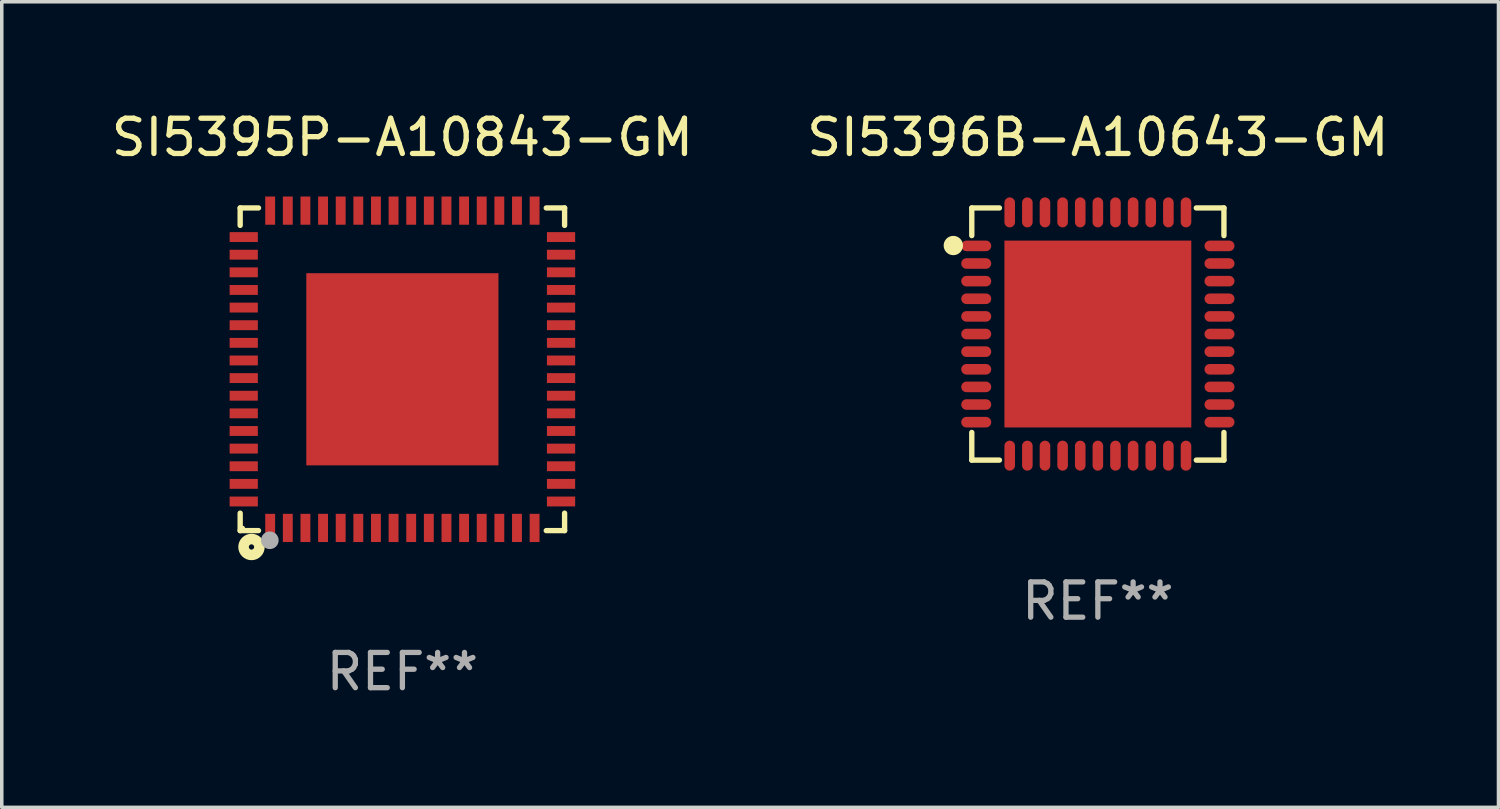
<source format=kicad_pcb>
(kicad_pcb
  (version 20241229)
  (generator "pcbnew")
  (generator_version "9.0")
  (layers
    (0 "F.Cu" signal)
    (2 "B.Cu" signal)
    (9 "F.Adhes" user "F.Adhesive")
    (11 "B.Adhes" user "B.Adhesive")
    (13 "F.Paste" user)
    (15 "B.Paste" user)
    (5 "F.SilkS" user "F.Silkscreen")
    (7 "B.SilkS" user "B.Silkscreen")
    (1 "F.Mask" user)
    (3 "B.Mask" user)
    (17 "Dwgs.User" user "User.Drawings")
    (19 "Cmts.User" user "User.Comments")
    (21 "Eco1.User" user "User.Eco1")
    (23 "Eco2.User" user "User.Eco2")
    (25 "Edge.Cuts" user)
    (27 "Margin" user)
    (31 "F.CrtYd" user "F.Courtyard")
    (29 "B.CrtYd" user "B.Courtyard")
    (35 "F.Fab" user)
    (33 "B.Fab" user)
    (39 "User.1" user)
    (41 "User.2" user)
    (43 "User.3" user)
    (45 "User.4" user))
  (footprint "SI5395P-A10843-GM"
    (layer "F.Cu")
    (at 8.363 7.424)
    (property "Reference" "SI5395P-A10843-GM" (at 0 -6.576 0) (layer "F.SilkS") (effects (font (size 1 1) (thickness 0.15))))
    (attr through_hole)
    (fp_line (start -4.601 -4.576) (end -4.081 -4.576) (stroke (width 0.152) (type solid)) (layer "F.SilkS"))
    (fp_line (start -4.601 -4.081) (end -4.601 -4.576) (stroke (width 0.152) (type solid)) (layer "F.SilkS"))
    (fp_line (start -4.601 4.081) (end -4.601 4.576) (stroke (width 0.152) (type solid)) (layer "F.SilkS"))
    (fp_line (start -4.601 4.576) (end -4.081 4.576) (stroke (width 0.152) (type solid)) (layer "F.SilkS"))
    (fp_line (start 4.601 -4.576) (end 4.081 -4.576) (stroke (width 0.152) (type solid)) (layer "F.SilkS"))
    (fp_line (start 4.601 -4.081) (end 4.601 -4.576) (stroke (width 0.152) (type solid)) (layer "F.SilkS"))
    (fp_line (start 4.601 4.081) (end 4.601 4.576) (stroke (width 0.152) (type solid)) (layer "F.SilkS"))
    (fp_line (start 4.601 4.576) (end 4.081 4.576) (stroke (width 0.152) (type solid)) (layer "F.SilkS"))
    (fp_circle (center -4.525 4.5) (end -4.495 4.5) (stroke (width 0.06) (type solid)) (fill no) (layer "F.SilkS"))
    (fp_circle (center -4.28 5.04) (end -4.205 5.04) (stroke (width 0.3) (type solid)) (fill no) (layer "F.SilkS"))
    (fp_circle (center -3.76 4.85) (end -3.635 4.85) (stroke (width 0.25) (type solid)) (fill no) (layer "F.Fab"))
    (fp_text user "REF**" (at 0 8.576 0) (layer "F.Fab") (effects (font (size 1 1) (thickness 0.15))))
    (pad "1" smd rect (at -3.75 4.5) (size 0.28 0.8) (layers "F.Cu" "F.Mask" "F.Paste"))
    (pad "2" smd rect (at -3.25 4.5) (size 0.28 0.8) (layers "F.Cu" "F.Mask" "F.Paste"))
    (pad "3" smd rect (at -2.75 4.5) (size 0.28 0.8) (layers "F.Cu" "F.Mask" "F.Paste"))
    (pad "4" smd rect (at -2.25 4.5) (size 0.28 0.8) (layers "F.Cu" "F.Mask" "F.Paste"))
    (pad "5" smd rect (at -1.75 4.5) (size 0.28 0.8) (layers "F.Cu" "F.Mask" "F.Paste"))
    (pad "6" smd rect (at -1.25 4.5) (size 0.28 0.8) (layers "F.Cu" "F.Mask" "F.Paste"))
    (pad "7" smd rect (at -0.75 4.5) (size 0.28 0.8) (layers "F.Cu" "F.Mask" "F.Paste"))
    (pad "8" smd rect (at -0.25 4.5) (size 0.28 0.8) (layers "F.Cu" "F.Mask" "F.Paste"))
    (pad "9" smd rect (at 0.25 4.5) (size 0.28 0.8) (layers "F.Cu" "F.Mask" "F.Paste"))
    (pad "10" smd rect (at 0.75 4.5) (size 0.28 0.8) (layers "F.Cu" "F.Mask" "F.Paste"))
    (pad "11" smd rect (at 1.25 4.5) (size 0.28 0.8) (layers "F.Cu" "F.Mask" "F.Paste"))
    (pad "12" smd rect (at 1.75 4.5) (size 0.28 0.8) (layers "F.Cu" "F.Mask" "F.Paste"))
    (pad "13" smd rect (at 2.25 4.5) (size 0.28 0.8) (layers "F.Cu" "F.Mask" "F.Paste"))
    (pad "14" smd rect (at 2.75 4.5) (size 0.28 0.8) (layers "F.Cu" "F.Mask" "F.Paste"))
    (pad "15" smd rect (at 3.25 4.5) (size 0.28 0.8) (layers "F.Cu" "F.Mask" "F.Paste"))
    (pad "16" smd rect (at 3.75 4.5) (size 0.28 0.8) (layers "F.Cu" "F.Mask" "F.Paste"))
    (pad "17" smd rect (at 4.5 3.75) (size 0.8 0.28) (layers "F.Cu" "F.Mask" "F.Paste"))
    (pad "18" smd rect (at 4.5 3.25) (size 0.8 0.28) (layers "F.Cu" "F.Mask" "F.Paste"))
    (pad "19" smd rect (at 4.5 2.75) (size 0.8 0.28) (layers "F.Cu" "F.Mask" "F.Paste"))
    (pad "20" smd rect (at 4.5 2.25) (size 0.8 0.28) (layers "F.Cu" "F.Mask" "F.Paste"))
    (pad "21" smd rect (at 4.5 1.75) (size 0.8 0.28) (layers "F.Cu" "F.Mask" "F.Paste"))
    (pad "22" smd rect (at 4.5 1.25) (size 0.8 0.28) (layers "F.Cu" "F.Mask" "F.Paste"))
    (pad "23" smd rect (at 4.5 0.75) (size 0.8 0.28) (layers "F.Cu" "F.Mask" "F.Paste"))
    (pad "24" smd rect (at 4.5 0.25) (size 0.8 0.28) (layers "F.Cu" "F.Mask" "F.Paste"))
    (pad "25" smd rect (at 4.5 -0.25) (size 0.8 0.28) (layers "F.Cu" "F.Mask" "F.Paste"))
    (pad "26" smd rect (at 4.5 -0.75) (size 0.8 0.28) (layers "F.Cu" "F.Mask" "F.Paste"))
    (pad "27" smd rect (at 4.5 -1.25) (size 0.8 0.28) (layers "F.Cu" "F.Mask" "F.Paste"))
    (pad "28" smd rect (at 4.5 -1.75) (size 0.8 0.28) (layers "F.Cu" "F.Mask" "F.Paste"))
    (pad "29" smd rect (at 4.5 -2.25) (size 0.8 0.28) (layers "F.Cu" "F.Mask" "F.Paste"))
    (pad "30" smd rect (at 4.5 -2.75) (size 0.8 0.28) (layers "F.Cu" "F.Mask" "F.Paste"))
    (pad "31" smd rect (at 4.5 -3.25) (size 0.8 0.28) (layers "F.Cu" "F.Mask" "F.Paste"))
    (pad "32" smd rect (at 4.5 -3.75) (size 0.8 0.28) (layers "F.Cu" "F.Mask" "F.Paste"))
    (pad "33" smd rect (at 3.75 -4.5) (size 0.28 0.8) (layers "F.Cu" "F.Mask" "F.Paste"))
    (pad "34" smd rect (at 3.25 -4.5) (size 0.28 0.8) (layers "F.Cu" "F.Mask" "F.Paste"))
    (pad "35" smd rect (at 2.75 -4.5) (size 0.28 0.8) (layers "F.Cu" "F.Mask" "F.Paste"))
    (pad "36" smd rect (at 2.25 -4.5) (size 0.28 0.8) (layers "F.Cu" "F.Mask" "F.Paste"))
    (pad "37" smd rect (at 1.75 -4.5) (size 0.28 0.8) (layers "F.Cu" "F.Mask" "F.Paste"))
    (pad "38" smd rect (at 1.25 -4.5) (size 0.28 0.8) (layers "F.Cu" "F.Mask" "F.Paste"))
    (pad "39" smd rect (at 0.75 -4.5) (size 0.28 0.8) (layers "F.Cu" "F.Mask" "F.Paste"))
    (pad "40" smd rect (at 0.25 -4.5) (size 0.28 0.8) (layers "F.Cu" "F.Mask" "F.Paste"))
    (pad "41" smd rect (at -0.25 -4.5) (size 0.28 0.8) (layers "F.Cu" "F.Mask" "F.Paste"))
    (pad "42" smd rect (at -0.75 -4.5) (size 0.28 0.8) (layers "F.Cu" "F.Mask" "F.Paste"))
    (pad "43" smd rect (at -1.25 -4.5) (size 0.28 0.8) (layers "F.Cu" "F.Mask" "F.Paste"))
    (pad "44" smd rect (at -1.75 -4.5) (size 0.28 0.8) (layers "F.Cu" "F.Mask" "F.Paste"))
    (pad "45" smd rect (at -2.25 -4.5) (size 0.28 0.8) (layers "F.Cu" "F.Mask" "F.Paste"))
    (pad "46" smd rect (at -2.75 -4.5) (size 0.28 0.8) (layers "F.Cu" "F.Mask" "F.Paste"))
    (pad "47" smd rect (at -3.25 -4.5) (size 0.28 0.8) (layers "F.Cu" "F.Mask" "F.Paste"))
    (pad "48" smd rect (at -3.75 -4.5) (size 0.28 0.8) (layers "F.Cu" "F.Mask" "F.Paste"))
    (pad "49" smd rect (at -4.5 -3.75) (size 0.8 0.28) (layers "F.Cu" "F.Mask" "F.Paste"))
    (pad "50" smd rect (at -4.5 -3.25) (size 0.8 0.28) (layers "F.Cu" "F.Mask" "F.Paste"))
    (pad "51" smd rect (at -4.5 -2.75) (size 0.8 0.28) (layers "F.Cu" "F.Mask" "F.Paste"))
    (pad "52" smd rect (at -4.5 -2.25) (size 0.8 0.28) (layers "F.Cu" "F.Mask" "F.Paste"))
    (pad "53" smd rect (at -4.5 -1.75) (size 0.8 0.28) (layers "F.Cu" "F.Mask" "F.Paste"))
    (pad "54" smd rect (at -4.5 -1.25) (size 0.8 0.28) (layers "F.Cu" "F.Mask" "F.Paste"))
    (pad "55" smd rect (at -4.5 -0.75) (size 0.8 0.28) (layers "F.Cu" "F.Mask" "F.Paste"))
    (pad "56" smd rect (at -4.5 -0.25) (size 0.8 0.28) (layers "F.Cu" "F.Mask" "F.Paste"))
    (pad "57" smd rect (at -4.5 0.25) (size 0.8 0.28) (layers "F.Cu" "F.Mask" "F.Paste"))
    (pad "58" smd rect (at -4.5 0.75) (size 0.8 0.28) (layers "F.Cu" "F.Mask" "F.Paste"))
    (pad "59" smd rect (at -4.5 1.25) (size 0.8 0.28) (layers "F.Cu" "F.Mask" "F.Paste"))
    (pad "60" smd rect (at -4.5 1.75) (size 0.8 0.28) (layers "F.Cu" "F.Mask" "F.Paste"))
    (pad "61" smd rect (at -4.5 2.25) (size 0.8 0.28) (layers "F.Cu" "F.Mask" "F.Paste"))
    (pad "62" smd rect (at -4.5 2.75) (size 0.8 0.28) (layers "F.Cu" "F.Mask" "F.Paste"))
    (pad "63" smd rect (at -4.5 3.25) (size 0.8 0.28) (layers "F.Cu" "F.Mask" "F.Paste"))
    (pad "64" smd rect (at -4.5 3.75) (size 0.8 0.28) (layers "F.Cu" "F.Mask" "F.Paste"))
    (pad "65" smd rect (at 0 0) (size 5.45 5.45) (layers "F.Cu" "F.Mask" "F.Paste")))
  (footprint "SI5396B-A10643-GM"
    (layer "F.Cu")
    (at 28.089 6.424)
    (property "Reference" "SI5396B-A10643-GM" (at 0 -5.576 0) (layer "F.SilkS") (effects (font (size 1 1) (thickness 0.15))))
    (attr through_hole)
    (fp_line (start -3.576 -3.576) (end -2.792 -3.576) (stroke (width 0.152) (type solid)) (layer "F.SilkS"))
    (fp_line (start -3.576 -2.792) (end -3.576 -3.576) (stroke (width 0.152) (type solid)) (layer "F.SilkS"))
    (fp_line (start -3.576 2.792) (end -3.576 3.576) (stroke (width 0.152) (type solid)) (layer "F.SilkS"))
    (fp_line (start -3.576 3.576) (end -2.792 3.576) (stroke (width 0.152) (type solid)) (layer "F.SilkS"))
    (fp_line (start 3.576 -3.576) (end 2.792 -3.576) (stroke (width 0.152) (type solid)) (layer "F.SilkS"))
    (fp_line (start 3.576 -2.792) (end 3.576 -3.576) (stroke (width 0.152) (type solid)) (layer "F.SilkS"))
    (fp_line (start 3.576 2.792) (end 3.576 3.576) (stroke (width 0.152) (type solid)) (layer "F.SilkS"))
    (fp_line (start 3.576 3.576) (end 2.792 3.576) (stroke (width 0.152) (type solid)) (layer "F.SilkS"))
    (fp_arc (start -4.01016 -2.489967) (mid -3.990094 -2.494704) (end -3.970028 -2.489967) (stroke (width 0.254001) (type solid)) (layer "F.SilkS"))
    (fp_arc (start -3.970028 -2.489967) (mid -3.990094 -2.469901) (end -4.01016 -2.489967) (stroke (width 0.254001) (type solid)) (layer "F.SilkS"))
    (fp_circle (center -4.1 -2.51) (end -4.08 -2.51) (stroke (width 0.254) (type solid)) (fill no) (layer "F.SilkS"))
    (fp_text user "REF**" (at 0 7.576 0) (layer "F.Fab") (effects (font (size 1 1) (thickness 0.15))))
    (pad "1" smd oval (at -3.45 -2.5) (size 0.85 0.3) (layers "F.Cu" "F.Mask" "F.Paste"))
    (pad "2" smd oval (at -3.45 -2) (size 0.85 0.3) (layers "F.Cu" "F.Mask" "F.Paste"))
    (pad "3" smd oval (at -3.45 -1.5) (size 0.85 0.3) (layers "F.Cu" "F.Mask" "F.Paste"))
    (pad "4" smd oval (at -3.45 -1) (size 0.85 0.3) (layers "F.Cu" "F.Mask" "F.Paste"))
    (pad "5" smd oval (at -3.45 -0.5) (size 0.85 0.3) (layers "F.Cu" "F.Mask" "F.Paste"))
    (pad "6" smd oval (at -3.45 0) (size 0.85 0.3) (layers "F.Cu" "F.Mask" "F.Paste"))
    (pad "7" smd oval (at -3.45 0.5) (size 0.85 0.3) (layers "F.Cu" "F.Mask" "F.Paste"))
    (pad "8" smd oval (at -3.45 1) (size 0.85 0.3) (layers "F.Cu" "F.Mask" "F.Paste"))
    (pad "9" smd oval (at -3.45 1.5) (size 0.85 0.3) (layers "F.Cu" "F.Mask" "F.Paste"))
    (pad "10" smd oval (at -3.45 2) (size 0.85 0.3) (layers "F.Cu" "F.Mask" "F.Paste"))
    (pad "11" smd oval (at -3.45 2.5) (size 0.85 0.3) (layers "F.Cu" "F.Mask" "F.Paste"))
    (pad "12" smd oval (at -2.5 3.45) (size 0.3 0.85) (layers "F.Cu" "F.Mask" "F.Paste"))
    (pad "13" smd oval (at -2 3.45) (size 0.3 0.85) (layers "F.Cu" "F.Mask" "F.Paste"))
    (pad "14" smd oval (at -1.5 3.45) (size 0.3 0.85) (layers "F.Cu" "F.Mask" "F.Paste"))
    (pad "15" smd oval (at -1 3.45) (size 0.3 0.85) (layers "F.Cu" "F.Mask" "F.Paste"))
    (pad "16" smd oval (at -0.5 3.45) (size 0.3 0.85) (layers "F.Cu" "F.Mask" "F.Paste"))
    (pad "17" smd oval (at 0 3.45) (size 0.3 0.85) (layers "F.Cu" "F.Mask" "F.Paste"))
    (pad "18" smd oval (at 0.5 3.45) (size 0.3 0.85) (layers "F.Cu" "F.Mask" "F.Paste"))
    (pad "19" smd oval (at 1 3.45) (size 0.3 0.85) (layers "F.Cu" "F.Mask" "F.Paste"))
    (pad "20" smd oval (at 1.5 3.45) (size 0.3 0.85) (layers "F.Cu" "F.Mask" "F.Paste"))
    (pad "21" smd oval (at 2 3.45) (size 0.3 0.85) (layers "F.Cu" "F.Mask" "F.Paste"))
    (pad "22" smd oval (at 2.5 3.45) (size 0.3 0.85) (layers "F.Cu" "F.Mask" "F.Paste"))
    (pad "23" smd oval (at 3.45 2.5) (size 0.85 0.3) (layers "F.Cu" "F.Mask" "F.Paste"))
    (pad "24" smd oval (at 3.45 2) (size 0.85 0.3) (layers "F.Cu" "F.Mask" "F.Paste"))
    (pad "25" smd oval (at 3.45 1.5) (size 0.85 0.3) (layers "F.Cu" "F.Mask" "F.Paste"))
    (pad "26" smd oval (at 3.45 1) (size 0.85 0.3) (layers "F.Cu" "F.Mask" "F.Paste"))
    (pad "27" smd oval (at 3.45 0.5) (size 0.85 0.3) (layers "F.Cu" "F.Mask" "F.Paste"))
    (pad "28" smd oval (at 3.45 0) (size 0.85 0.3) (layers "F.Cu" "F.Mask" "F.Paste"))
    (pad "29" smd oval (at 3.45 -0.5) (size 0.85 0.3) (layers "F.Cu" "F.Mask" "F.Paste"))
    (pad "30" smd oval (at 3.45 -1) (size 0.85 0.3) (layers "F.Cu" "F.Mask" "F.Paste"))
    (pad "31" smd oval (at 3.45 -1.5) (size 0.85 0.3) (layers "F.Cu" "F.Mask" "F.Paste"))
    (pad "32" smd oval (at 3.45 -2) (size 0.85 0.3) (layers "F.Cu" "F.Mask" "F.Paste"))
    (pad "33" smd oval (at 3.45 -2.5) (size 0.85 0.3) (layers "F.Cu" "F.Mask" "F.Paste"))
    (pad "34" smd oval (at 2.5 -3.45) (size 0.3 0.85) (layers "F.Cu" "F.Mask" "F.Paste"))
    (pad "35" smd oval (at 2 -3.45) (size 0.3 0.85) (layers "F.Cu" "F.Mask" "F.Paste"))
    (pad "36" smd oval (at 1.5 -3.45) (size 0.3 0.85) (layers "F.Cu" "F.Mask" "F.Paste"))
    (pad "37" smd oval (at 1 -3.45) (size 0.3 0.85) (layers "F.Cu" "F.Mask" "F.Paste"))
    (pad "38" smd oval (at 0.5 -3.45) (size 0.3 0.85) (layers "F.Cu" "F.Mask" "F.Paste"))
    (pad "39" smd oval (at 0 -3.45) (size 0.3 0.85) (layers "F.Cu" "F.Mask" "F.Paste"))
    (pad "40" smd oval (at -0.5 -3.45) (size 0.3 0.85) (layers "F.Cu" "F.Mask" "F.Paste"))
    (pad "41" smd oval (at -1 -3.45) (size 0.3 0.85) (layers "F.Cu" "F.Mask" "F.Paste"))
    (pad "42" smd oval (at -1.5 -3.45) (size 0.3 0.85) (layers "F.Cu" "F.Mask" "F.Paste"))
    (pad "43" smd oval (at -2 -3.45) (size 0.3 0.85) (layers "F.Cu" "F.Mask" "F.Paste"))
    (pad "44" smd oval (at -2.5 -3.45) (size 0.3 0.85) (layers "F.Cu" "F.Mask" "F.Paste"))
    (pad "45" smd rect (at 0 0) (size 5.3 5.3) (layers "F.Cu" "F.Mask" "F.Paste")))
  (gr_rect
    (start -3 -3)
    (end 39.452 19.849)
    (stroke (width 0.1) (type default))
    (fill no)
    (layer "Edge.Cuts")))
</source>
